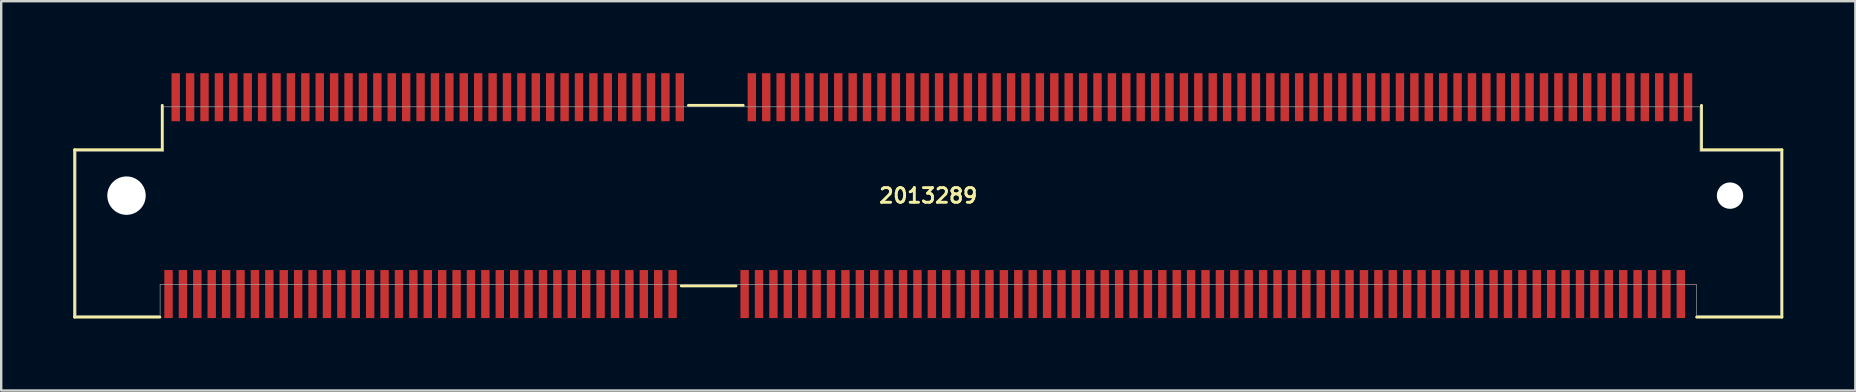
<source format=kicad_pcb>
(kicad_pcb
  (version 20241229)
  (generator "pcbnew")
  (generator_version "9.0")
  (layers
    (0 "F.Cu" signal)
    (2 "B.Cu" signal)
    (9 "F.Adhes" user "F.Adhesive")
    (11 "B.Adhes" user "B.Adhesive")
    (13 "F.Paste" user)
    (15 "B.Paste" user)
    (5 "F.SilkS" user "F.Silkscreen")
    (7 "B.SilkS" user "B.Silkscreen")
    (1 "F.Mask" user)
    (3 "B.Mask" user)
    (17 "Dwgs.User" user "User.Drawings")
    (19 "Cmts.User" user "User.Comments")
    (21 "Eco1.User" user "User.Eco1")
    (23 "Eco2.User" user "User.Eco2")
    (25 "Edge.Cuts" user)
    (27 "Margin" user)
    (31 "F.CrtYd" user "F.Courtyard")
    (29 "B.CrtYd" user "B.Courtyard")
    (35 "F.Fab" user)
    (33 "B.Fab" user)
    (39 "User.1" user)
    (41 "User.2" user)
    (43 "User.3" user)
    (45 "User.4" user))
  (footprint "2013289"
    (layer "F.Cu")
    (at 35.62 5.1)
    (property "Reference" "2013289" (at 0 0 0) (layer "F.SilkS") (effects (font (size 0.61 0.61) (thickness 0.12))))
    (attr through_hole)
    (fp_line (start -35.56 -1.91) (end -35.56 5.06) (stroke (width 0.12) (type solid)) (layer "F.SilkS"))
    (fp_line (start -35.56 5.06) (end -32.01 5.06) (stroke (width 0.12) (type solid)) (layer "F.SilkS"))
    (fp_line (start -31.91 -3.76) (end -31.91 -1.91) (stroke (width 0.12) (type solid)) (layer "F.SilkS"))
    (fp_line (start -31.91 -1.91) (end -35.56 -1.91) (stroke (width 0.12) (type solid)) (layer "F.SilkS"))
    (fp_line (start -10.29 3.76) (end -8.01 3.76) (stroke (width 0.12) (type solid)) (layer "F.SilkS"))
    (fp_line (start -9.99 -3.76) (end -7.71 -3.76) (stroke (width 0.12) (type solid)) (layer "F.SilkS"))
    (fp_line (start 32.01 5.06) (end 35.56 5.06) (stroke (width 0.12) (type solid)) (layer "F.SilkS"))
    (fp_line (start 32.21 -1.91) (end 32.21 -3.76) (stroke (width 0.12) (type solid)) (layer "F.SilkS"))
    (fp_line (start 35.56 -1.91) (end 32.21 -1.91) (stroke (width 0.12) (type solid)) (layer "F.SilkS"))
    (fp_line (start 35.56 5.06) (end 35.56 -1.91) (stroke (width 0.12) (type solid)) (layer "F.SilkS"))
    (fp_line (start -35.5 -1.85) (end -35.5 5) (stroke (width 0.025) (type solid)) (layer "F.Fab"))
    (fp_line (start -35.5 -1.85) (end -31.85 -1.85) (stroke (width 0.025) (type solid)) (layer "F.Fab"))
    (fp_line (start -32 3.7) (end -32 5) (stroke (width 0.025) (type solid)) (layer "F.Fab"))
    (fp_line (start -32 3.7) (end 32 3.7) (stroke (width 0.025) (type solid)) (layer "F.Fab"))
    (fp_line (start -32 5) (end -35.5 5) (stroke (width 0.025) (type solid)) (layer "F.Fab"))
    (fp_line (start -31.85 -3.7) (end 32.15 -3.7) (stroke (width 0.025) (type solid)) (layer "F.Fab"))
    (fp_line (start -31.85 -1.85) (end -31.85 -3.7) (stroke (width 0.025) (type solid)) (layer "F.Fab"))
    (fp_line (start 32 5) (end 32 3.7) (stroke (width 0.025) (type solid)) (layer "F.Fab"))
    (fp_line (start 32.15 -1.85) (end 32.15 -3.7) (stroke (width 0.025) (type solid)) (layer "F.Fab"))
    (fp_line (start 32.15 -1.85) (end 35.5 -1.85) (stroke (width 0.025) (type solid)) (layer "F.Fab"))
    (fp_line (start 35.5 -1.85) (end 35.5 5) (stroke (width 0.025) (type solid)) (layer "F.Fab"))
    (fp_line (start 35.5 5) (end 32 5) (stroke (width 0.025) (type solid)) (layer "F.Fab"))
    (pad "" np_thru_hole circle (at -33.4 0) (size 1.6 1.6) (drill 1.6) (layers "*.Cu" "*.Mask"))
    (pad "" np_thru_hole circle (at 33.4 0) (size 1.1 1.1) (drill 1.1) (layers "*.Cu" "*.Mask"))
    (pad "1" smd rect (at -31.65 4.1) (size 0.35 2) (layers "F.Cu" "F.Mask" "F.Paste"))
    (pad "2" smd rect (at -31.35 -4.1) (size 0.35 2) (layers "F.Cu" "F.Mask" "F.Paste"))
    (pad "3" smd rect (at -31.05 4.1) (size 0.35 2) (layers "F.Cu" "F.Mask" "F.Paste"))
    (pad "4" smd rect (at -30.75 -4.1) (size 0.35 2) (layers "F.Cu" "F.Mask" "F.Paste"))
    (pad "5" smd rect (at -30.45 4.1) (size 0.35 2) (layers "F.Cu" "F.Mask" "F.Paste"))
    (pad "6" smd rect (at -30.15 -4.1) (size 0.35 2) (layers "F.Cu" "F.Mask" "F.Paste"))
    (pad "7" smd rect (at -29.85 4.1) (size 0.35 2) (layers "F.Cu" "F.Mask" "F.Paste"))
    (pad "8" smd rect (at -29.55 -4.1) (size 0.35 2) (layers "F.Cu" "F.Mask" "F.Paste"))
    (pad "9" smd rect (at -29.25 4.1) (size 0.35 2) (layers "F.Cu" "F.Mask" "F.Paste"))
    (pad "10" smd rect (at -28.95 -4.1) (size 0.35 2) (layers "F.Cu" "F.Mask" "F.Paste"))
    (pad "11" smd rect (at -28.65 4.1) (size 0.35 2) (layers "F.Cu" "F.Mask" "F.Paste"))
    (pad "12" smd rect (at -28.35 -4.1) (size 0.35 2) (layers "F.Cu" "F.Mask" "F.Paste"))
    (pad "13" smd rect (at -28.05 4.1) (size 0.35 2) (layers "F.Cu" "F.Mask" "F.Paste"))
    (pad "14" smd rect (at -27.75 -4.1) (size 0.35 2) (layers "F.Cu" "F.Mask" "F.Paste"))
    (pad "15" smd rect (at -27.45 4.1) (size 0.35 2) (layers "F.Cu" "F.Mask" "F.Paste"))
    (pad "16" smd rect (at -27.15 -4.1) (size 0.35 2) (layers "F.Cu" "F.Mask" "F.Paste"))
    (pad "17" smd rect (at -26.85 4.1) (size 0.35 2) (layers "F.Cu" "F.Mask" "F.Paste"))
    (pad "18" smd rect (at -26.55 -4.1) (size 0.35 2) (layers "F.Cu" "F.Mask" "F.Paste"))
    (pad "19" smd rect (at -26.25 4.1) (size 0.35 2) (layers "F.Cu" "F.Mask" "F.Paste"))
    (pad "20" smd rect (at -25.95 -4.1) (size 0.35 2) (layers "F.Cu" "F.Mask" "F.Paste"))
    (pad "21" smd rect (at -25.65 4.1) (size 0.35 2) (layers "F.Cu" "F.Mask" "F.Paste"))
    (pad "22" smd rect (at -25.35 -4.1) (size 0.35 2) (layers "F.Cu" "F.Mask" "F.Paste"))
    (pad "23" smd rect (at -25.05 4.1) (size 0.35 2) (layers "F.Cu" "F.Mask" "F.Paste"))
    (pad "24" smd rect (at -24.75 -4.1) (size 0.35 2) (layers "F.Cu" "F.Mask" "F.Paste"))
    (pad "25" smd rect (at -24.45 4.1) (size 0.35 2) (layers "F.Cu" "F.Mask" "F.Paste"))
    (pad "26" smd rect (at -24.15 -4.1) (size 0.35 2) (layers "F.Cu" "F.Mask" "F.Paste"))
    (pad "27" smd rect (at -23.85 4.1) (size 0.35 2) (layers "F.Cu" "F.Mask" "F.Paste"))
    (pad "28" smd rect (at -23.55 -4.1) (size 0.35 2) (layers "F.Cu" "F.Mask" "F.Paste"))
    (pad "29" smd rect (at -23.25 4.1) (size 0.35 2) (layers "F.Cu" "F.Mask" "F.Paste"))
    (pad "30" smd rect (at -22.95 -4.1) (size 0.35 2) (layers "F.Cu" "F.Mask" "F.Paste"))
    (pad "31" smd rect (at -22.65 4.1) (size 0.35 2) (layers "F.Cu" "F.Mask" "F.Paste"))
    (pad "32" smd rect (at -22.35 -4.1) (size 0.35 2) (layers "F.Cu" "F.Mask" "F.Paste"))
    (pad "33" smd rect (at -22.05 4.1) (size 0.35 2) (layers "F.Cu" "F.Mask" "F.Paste"))
    (pad "34" smd rect (at -21.75 -4.1) (size 0.35 2) (layers "F.Cu" "F.Mask" "F.Paste"))
    (pad "35" smd rect (at -21.45 4.1) (size 0.35 2) (layers "F.Cu" "F.Mask" "F.Paste"))
    (pad "36" smd rect (at -21.15 -4.1) (size 0.35 2) (layers "F.Cu" "F.Mask" "F.Paste"))
    (pad "37" smd rect (at -20.85 4.1) (size 0.35 2) (layers "F.Cu" "F.Mask" "F.Paste"))
    (pad "38" smd rect (at -20.55 -4.1) (size 0.35 2) (layers "F.Cu" "F.Mask" "F.Paste"))
    (pad "39" smd rect (at -20.25 4.1) (size 0.35 2) (layers "F.Cu" "F.Mask" "F.Paste"))
    (pad "40" smd rect (at -19.95 -4.1) (size 0.35 2) (layers "F.Cu" "F.Mask" "F.Paste"))
    (pad "41" smd rect (at -19.65 4.1) (size 0.35 2) (layers "F.Cu" "F.Mask" "F.Paste"))
    (pad "42" smd rect (at -19.35 -4.1) (size 0.35 2) (layers "F.Cu" "F.Mask" "F.Paste"))
    (pad "43" smd rect (at -19.05 4.1) (size 0.35 2) (layers "F.Cu" "F.Mask" "F.Paste"))
    (pad "44" smd rect (at -18.75 -4.1) (size 0.35 2) (layers "F.Cu" "F.Mask" "F.Paste"))
    (pad "45" smd rect (at -18.45 4.1) (size 0.35 2) (layers "F.Cu" "F.Mask" "F.Paste"))
    (pad "46" smd rect (at -18.15 -4.1) (size 0.35 2) (layers "F.Cu" "F.Mask" "F.Paste"))
    (pad "47" smd rect (at -17.85 4.1) (size 0.35 2) (layers "F.Cu" "F.Mask" "F.Paste"))
    (pad "48" smd rect (at -17.55 -4.1) (size 0.35 2) (layers "F.Cu" "F.Mask" "F.Paste"))
    (pad "49" smd rect (at -17.25 4.1) (size 0.35 2) (layers "F.Cu" "F.Mask" "F.Paste"))
    (pad "50" smd rect (at -16.95 -4.1) (size 0.35 2) (layers "F.Cu" "F.Mask" "F.Paste"))
    (pad "51" smd rect (at -16.65 4.1) (size 0.35 2) (layers "F.Cu" "F.Mask" "F.Paste"))
    (pad "52" smd rect (at -16.35 -4.1) (size 0.35 2) (layers "F.Cu" "F.Mask" "F.Paste"))
    (pad "53" smd rect (at -16.05 4.1) (size 0.35 2) (layers "F.Cu" "F.Mask" "F.Paste"))
    (pad "54" smd rect (at -15.75 -4.1) (size 0.35 2) (layers "F.Cu" "F.Mask" "F.Paste"))
    (pad "55" smd rect (at -15.45 4.1) (size 0.35 2) (layers "F.Cu" "F.Mask" "F.Paste"))
    (pad "56" smd rect (at -15.15 -4.1) (size 0.35 2) (layers "F.Cu" "F.Mask" "F.Paste"))
    (pad "57" smd rect (at -14.85 4.1) (size 0.35 2) (layers "F.Cu" "F.Mask" "F.Paste"))
    (pad "58" smd rect (at -14.55 -4.1) (size 0.35 2) (layers "F.Cu" "F.Mask" "F.Paste"))
    (pad "59" smd rect (at -14.25 4.1) (size 0.35 2) (layers "F.Cu" "F.Mask" "F.Paste"))
    (pad "60" smd rect (at -13.95 -4.1) (size 0.35 2) (layers "F.Cu" "F.Mask" "F.Paste"))
    (pad "61" smd rect (at -13.65 4.1) (size 0.35 2) (layers "F.Cu" "F.Mask" "F.Paste"))
    (pad "62" smd rect (at -13.35 -4.1) (size 0.35 2) (layers "F.Cu" "F.Mask" "F.Paste"))
    (pad "63" smd rect (at -13.05 4.1) (size 0.35 2) (layers "F.Cu" "F.Mask" "F.Paste"))
    (pad "64" smd rect (at -12.75 -4.1) (size 0.35 2) (layers "F.Cu" "F.Mask" "F.Paste"))
    (pad "65" smd rect (at -12.45 4.1) (size 0.35 2) (layers "F.Cu" "F.Mask" "F.Paste"))
    (pad "66" smd rect (at -12.15 -4.1) (size 0.35 2) (layers "F.Cu" "F.Mask" "F.Paste"))
    (pad "67" smd rect (at -11.85 4.1) (size 0.35 2) (layers "F.Cu" "F.Mask" "F.Paste"))
    (pad "68" smd rect (at -11.55 -4.1) (size 0.35 2) (layers "F.Cu" "F.Mask" "F.Paste"))
    (pad "69" smd rect (at -11.25 4.1) (size 0.35 2) (layers "F.Cu" "F.Mask" "F.Paste"))
    (pad "70" smd rect (at -10.95 -4.1) (size 0.35 2) (layers "F.Cu" "F.Mask" "F.Paste"))
    (pad "71" smd rect (at -10.65 4.1) (size 0.35 2) (layers "F.Cu" "F.Mask" "F.Paste"))
    (pad "72" smd rect (at -10.35 -4.1) (size 0.35 2) (layers "F.Cu" "F.Mask" "F.Paste"))
    (pad "73" smd rect (at -7.65 4.1) (size 0.35 2) (layers "F.Cu" "F.Mask" "F.Paste"))
    (pad "74" smd rect (at -7.35 -4.1) (size 0.35 2) (layers "F.Cu" "F.Mask" "F.Paste"))
    (pad "75" smd rect (at -7.05 4.1) (size 0.35 2) (layers "F.Cu" "F.Mask" "F.Paste"))
    (pad "76" smd rect (at -6.75 -4.1) (size 0.35 2) (layers "F.Cu" "F.Mask" "F.Paste"))
    (pad "77" smd rect (at -6.45 4.1) (size 0.35 2) (layers "F.Cu" "F.Mask" "F.Paste"))
    (pad "78" smd rect (at -6.15 -4.1) (size 0.35 2) (layers "F.Cu" "F.Mask" "F.Paste"))
    (pad "79" smd rect (at -5.85 4.1) (size 0.35 2) (layers "F.Cu" "F.Mask" "F.Paste"))
    (pad "80" smd rect (at -5.55 -4.1) (size 0.35 2) (layers "F.Cu" "F.Mask" "F.Paste"))
    (pad "81" smd rect (at -5.25 4.1) (size 0.35 2) (layers "F.Cu" "F.Mask" "F.Paste"))
    (pad "82" smd rect (at -4.95 -4.1) (size 0.35 2) (layers "F.Cu" "F.Mask" "F.Paste"))
    (pad "83" smd rect (at -4.65 4.1) (size 0.35 2) (layers "F.Cu" "F.Mask" "F.Paste"))
    (pad "84" smd rect (at -4.35 -4.1) (size 0.35 2) (layers "F.Cu" "F.Mask" "F.Paste"))
    (pad "85" smd rect (at -4.05 4.1) (size 0.35 2) (layers "F.Cu" "F.Mask" "F.Paste"))
    (pad "86" smd rect (at -3.75 -4.1) (size 0.35 2) (layers "F.Cu" "F.Mask" "F.Paste"))
    (pad "87" smd rect (at -3.45 4.1) (size 0.35 2) (layers "F.Cu" "F.Mask" "F.Paste"))
    (pad "88" smd rect (at -3.15 -4.1) (size 0.35 2) (layers "F.Cu" "F.Mask" "F.Paste"))
    (pad "89" smd rect (at -2.85 4.1) (size 0.35 2) (layers "F.Cu" "F.Mask" "F.Paste"))
    (pad "90" smd rect (at -2.55 -4.1) (size 0.35 2) (layers "F.Cu" "F.Mask" "F.Paste"))
    (pad "91" smd rect (at -2.25 4.1) (size 0.35 2) (layers "F.Cu" "F.Mask" "F.Paste"))
    (pad "92" smd rect (at -1.95 -4.1) (size 0.35 2) (layers "F.Cu" "F.Mask" "F.Paste"))
    (pad "93" smd rect (at -1.65 4.1) (size 0.35 2) (layers "F.Cu" "F.Mask" "F.Paste"))
    (pad "94" smd rect (at -1.35 -4.1) (size 0.35 2) (layers "F.Cu" "F.Mask" "F.Paste"))
    (pad "95" smd rect (at -1.05 4.1) (size 0.35 2) (layers "F.Cu" "F.Mask" "F.Paste"))
    (pad "96" smd rect (at -0.75 -4.1) (size 0.35 2) (layers "F.Cu" "F.Mask" "F.Paste"))
    (pad "97" smd rect (at -0.45 4.1) (size 0.35 2) (layers "F.Cu" "F.Mask" "F.Paste"))
    (pad "98" smd rect (at -0.15 -4.1) (size 0.35 2) (layers "F.Cu" "F.Mask" "F.Paste"))
    (pad "99" smd rect (at 0.15 4.1) (size 0.35 2) (layers "F.Cu" "F.Mask" "F.Paste"))
    (pad "100" smd rect (at 0.45 -4.1) (size 0.35 2) (layers "F.Cu" "F.Mask" "F.Paste"))
    (pad "101" smd rect (at 0.75 4.1) (size 0.35 2) (layers "F.Cu" "F.Mask" "F.Paste"))
    (pad "102" smd rect (at 1.05 -4.1) (size 0.35 2) (layers "F.Cu" "F.Mask" "F.Paste"))
    (pad "103" smd rect (at 1.35 4.1) (size 0.35 2) (layers "F.Cu" "F.Mask" "F.Paste"))
    (pad "104" smd rect (at 1.65 -4.1) (size 0.35 2) (layers "F.Cu" "F.Mask" "F.Paste"))
    (pad "105" smd rect (at 1.95 4.1) (size 0.35 2) (layers "F.Cu" "F.Mask" "F.Paste"))
    (pad "106" smd rect (at 2.25 -4.1) (size 0.35 2) (layers "F.Cu" "F.Mask" "F.Paste"))
    (pad "107" smd rect (at 2.55 4.1) (size 0.35 2) (layers "F.Cu" "F.Mask" "F.Paste"))
    (pad "108" smd rect (at 2.85 -4.1) (size 0.35 2) (layers "F.Cu" "F.Mask" "F.Paste"))
    (pad "109" smd rect (at 3.15 4.1) (size 0.35 2) (layers "F.Cu" "F.Mask" "F.Paste"))
    (pad "110" smd rect (at 3.45 -4.1) (size 0.35 2) (layers "F.Cu" "F.Mask" "F.Paste"))
    (pad "111" smd rect (at 3.75 4.1) (size 0.35 2) (layers "F.Cu" "F.Mask" "F.Paste"))
    (pad "112" smd rect (at 4.05 -4.1) (size 0.35 2) (layers "F.Cu" "F.Mask" "F.Paste"))
    (pad "113" smd rect (at 4.35 4.1) (size 0.35 2) (layers "F.Cu" "F.Mask" "F.Paste"))
    (pad "114" smd rect (at 4.65 -4.1) (size 0.35 2) (layers "F.Cu" "F.Mask" "F.Paste"))
    (pad "115" smd rect (at 4.95 4.1) (size 0.35 2) (layers "F.Cu" "F.Mask" "F.Paste"))
    (pad "116" smd rect (at 5.25 -4.1) (size 0.35 2) (layers "F.Cu" "F.Mask" "F.Paste"))
    (pad "117" smd rect (at 5.55 4.1) (size 0.35 2) (layers "F.Cu" "F.Mask" "F.Paste"))
    (pad "118" smd rect (at 5.85 -4.1) (size 0.35 2) (layers "F.Cu" "F.Mask" "F.Paste"))
    (pad "119" smd rect (at 6.15 4.1) (size 0.35 2) (layers "F.Cu" "F.Mask" "F.Paste"))
    (pad "120" smd rect (at 6.45 -4.1) (size 0.35 2) (layers "F.Cu" "F.Mask" "F.Paste"))
    (pad "121" smd rect (at 6.75 4.1) (size 0.35 2) (layers "F.Cu" "F.Mask" "F.Paste"))
    (pad "122" smd rect (at 7.05 -4.1) (size 0.35 2) (layers "F.Cu" "F.Mask" "F.Paste"))
    (pad "123" smd rect (at 7.35 4.1) (size 0.35 2) (layers "F.Cu" "F.Mask" "F.Paste"))
    (pad "124" smd rect (at 7.65 -4.1) (size 0.35 2) (layers "F.Cu" "F.Mask" "F.Paste"))
    (pad "125" smd rect (at 7.95 4.1) (size 0.35 2) (layers "F.Cu" "F.Mask" "F.Paste"))
    (pad "126" smd rect (at 8.25 -4.1) (size 0.35 2) (layers "F.Cu" "F.Mask" "F.Paste"))
    (pad "127" smd rect (at 8.55 4.1) (size 0.35 2) (layers "F.Cu" "F.Mask" "F.Paste"))
    (pad "128" smd rect (at 8.85 -4.1) (size 0.35 2) (layers "F.Cu" "F.Mask" "F.Paste"))
    (pad "129" smd rect (at 9.15 4.1) (size 0.35 2) (layers "F.Cu" "F.Mask" "F.Paste"))
    (pad "130" smd rect (at 9.45 -4.1) (size 0.35 2) (layers "F.Cu" "F.Mask" "F.Paste"))
    (pad "131" smd rect (at 9.75 4.1) (size 0.35 2) (layers "F.Cu" "F.Mask" "F.Paste"))
    (pad "132" smd rect (at 10.05 -4.1) (size 0.35 2) (layers "F.Cu" "F.Mask" "F.Paste"))
    (pad "133" smd rect (at 10.35 4.1) (size 0.35 2) (layers "F.Cu" "F.Mask" "F.Paste"))
    (pad "134" smd rect (at 10.65 -4.1) (size 0.35 2) (layers "F.Cu" "F.Mask" "F.Paste"))
    (pad "135" smd rect (at 10.95 4.1) (size 0.35 2) (layers "F.Cu" "F.Mask" "F.Paste"))
    (pad "136" smd rect (at 11.25 -4.1) (size 0.35 2) (layers "F.Cu" "F.Mask" "F.Paste"))
    (pad "137" smd rect (at 11.55 4.1) (size 0.35 2) (layers "F.Cu" "F.Mask" "F.Paste"))
    (pad "138" smd rect (at 11.85 -4.1) (size 0.35 2) (layers "F.Cu" "F.Mask" "F.Paste"))
    (pad "139" smd rect (at 12.15 4.1) (size 0.35 2) (layers "F.Cu" "F.Mask" "F.Paste"))
    (pad "140" smd rect (at 12.45 -4.1) (size 0.35 2) (layers "F.Cu" "F.Mask" "F.Paste"))
    (pad "141" smd rect (at 12.75 4.1) (size 0.35 2) (layers "F.Cu" "F.Mask" "F.Paste"))
    (pad "142" smd rect (at 13.05 -4.1) (size 0.35 2) (layers "F.Cu" "F.Mask" "F.Paste"))
    (pad "143" smd rect (at 13.35 4.1) (size 0.35 2) (layers "F.Cu" "F.Mask" "F.Paste"))
    (pad "144" smd rect (at 13.65 -4.1) (size 0.35 2) (layers "F.Cu" "F.Mask" "F.Paste"))
    (pad "145" smd rect (at 13.95 4.1) (size 0.35 2) (layers "F.Cu" "F.Mask" "F.Paste"))
    (pad "146" smd rect (at 14.25 -4.1) (size 0.35 2) (layers "F.Cu" "F.Mask" "F.Paste"))
    (pad "147" smd rect (at 14.55 4.1) (size 0.35 2) (layers "F.Cu" "F.Mask" "F.Paste"))
    (pad "148" smd rect (at 14.85 -4.1) (size 0.35 2) (layers "F.Cu" "F.Mask" "F.Paste"))
    (pad "149" smd rect (at 15.15 4.1) (size 0.35 2) (layers "F.Cu" "F.Mask" "F.Paste"))
    (pad "150" smd rect (at 15.45 -4.1) (size 0.35 2) (layers "F.Cu" "F.Mask" "F.Paste"))
    (pad "151" smd rect (at 15.75 4.1) (size 0.35 2) (layers "F.Cu" "F.Mask" "F.Paste"))
    (pad "152" smd rect (at 16.05 -4.1) (size 0.35 2) (layers "F.Cu" "F.Mask" "F.Paste"))
    (pad "153" smd rect (at 16.35 4.1) (size 0.35 2) (layers "F.Cu" "F.Mask" "F.Paste"))
    (pad "154" smd rect (at 16.65 -4.1) (size 0.35 2) (layers "F.Cu" "F.Mask" "F.Paste"))
    (pad "155" smd rect (at 16.95 4.1) (size 0.35 2) (layers "F.Cu" "F.Mask" "F.Paste"))
    (pad "156" smd rect (at 17.25 -4.1) (size 0.35 2) (layers "F.Cu" "F.Mask" "F.Paste"))
    (pad "157" smd rect (at 17.55 4.1) (size 0.35 2) (layers "F.Cu" "F.Mask" "F.Paste"))
    (pad "158" smd rect (at 17.85 -4.1) (size 0.35 2) (layers "F.Cu" "F.Mask" "F.Paste"))
    (pad "159" smd rect (at 18.15 4.1) (size 0.35 2) (layers "F.Cu" "F.Mask" "F.Paste"))
    (pad "160" smd rect (at 18.45 -4.1) (size 0.35 2) (layers "F.Cu" "F.Mask" "F.Paste"))
    (pad "161" smd rect (at 18.75 4.1) (size 0.35 2) (layers "F.Cu" "F.Mask" "F.Paste"))
    (pad "162" smd rect (at 19.05 -4.1) (size 0.35 2) (layers "F.Cu" "F.Mask" "F.Paste"))
    (pad "163" smd rect (at 19.35 4.1) (size 0.35 2) (layers "F.Cu" "F.Mask" "F.Paste"))
    (pad "164" smd rect (at 19.65 -4.1) (size 0.35 2) (layers "F.Cu" "F.Mask" "F.Paste"))
    (pad "165" smd rect (at 19.95 4.1) (size 0.35 2) (layers "F.Cu" "F.Mask" "F.Paste"))
    (pad "166" smd rect (at 20.25 -4.1) (size 0.35 2) (layers "F.Cu" "F.Mask" "F.Paste"))
    (pad "167" smd rect (at 20.55 4.1) (size 0.35 2) (layers "F.Cu" "F.Mask" "F.Paste"))
    (pad "168" smd rect (at 20.85 -4.1) (size 0.35 2) (layers "F.Cu" "F.Mask" "F.Paste"))
    (pad "169" smd rect (at 21.15 4.1) (size 0.35 2) (layers "F.Cu" "F.Mask" "F.Paste"))
    (pad "170" smd rect (at 21.45 -4.1) (size 0.35 2) (layers "F.Cu" "F.Mask" "F.Paste"))
    (pad "171" smd rect (at 21.75 4.1) (size 0.35 2) (layers "F.Cu" "F.Mask" "F.Paste"))
    (pad "172" smd rect (at 22.05 -4.1) (size 0.35 2) (layers "F.Cu" "F.Mask" "F.Paste"))
    (pad "173" smd rect (at 22.35 4.1) (size 0.35 2) (layers "F.Cu" "F.Mask" "F.Paste"))
    (pad "174" smd rect (at 22.65 -4.1) (size 0.35 2) (layers "F.Cu" "F.Mask" "F.Paste"))
    (pad "175" smd rect (at 22.95 4.1) (size 0.35 2) (layers "F.Cu" "F.Mask" "F.Paste"))
    (pad "176" smd rect (at 23.25 -4.1) (size 0.35 2) (layers "F.Cu" "F.Mask" "F.Paste"))
    (pad "177" smd rect (at 23.55 4.1) (size 0.35 2) (layers "F.Cu" "F.Mask" "F.Paste"))
    (pad "178" smd rect (at 23.85 -4.1) (size 0.35 2) (layers "F.Cu" "F.Mask" "F.Paste"))
    (pad "179" smd rect (at 24.15 4.1) (size 0.35 2) (layers "F.Cu" "F.Mask" "F.Paste"))
    (pad "180" smd rect (at 24.45 -4.1) (size 0.35 2) (layers "F.Cu" "F.Mask" "F.Paste"))
    (pad "181" smd rect (at 24.75 4.1) (size 0.35 2) (layers "F.Cu" "F.Mask" "F.Paste"))
    (pad "182" smd rect (at 25.05 -4.1) (size 0.35 2) (layers "F.Cu" "F.Mask" "F.Paste"))
    (pad "183" smd rect (at 25.35 4.1) (size 0.35 2) (layers "F.Cu" "F.Mask" "F.Paste"))
    (pad "184" smd rect (at 25.65 -4.1) (size 0.35 2) (layers "F.Cu" "F.Mask" "F.Paste"))
    (pad "185" smd rect (at 25.95 4.1) (size 0.35 2) (layers "F.Cu" "F.Mask" "F.Paste"))
    (pad "186" smd rect (at 26.25 -4.1) (size 0.35 2) (layers "F.Cu" "F.Mask" "F.Paste"))
    (pad "187" smd rect (at 26.55 4.1) (size 0.35 2) (layers "F.Cu" "F.Mask" "F.Paste"))
    (pad "188" smd rect (at 26.85 -4.1) (size 0.35 2) (layers "F.Cu" "F.Mask" "F.Paste"))
    (pad "189" smd rect (at 27.15 4.1) (size 0.35 2) (layers "F.Cu" "F.Mask" "F.Paste"))
    (pad "190" smd rect (at 27.45 -4.1) (size 0.35 2) (layers "F.Cu" "F.Mask" "F.Paste"))
    (pad "191" smd rect (at 27.75 4.1) (size 0.35 2) (layers "F.Cu" "F.Mask" "F.Paste"))
    (pad "192" smd rect (at 28.05 -4.1) (size 0.35 2) (layers "F.Cu" "F.Mask" "F.Paste"))
    (pad "193" smd rect (at 28.35 4.1) (size 0.35 2) (layers "F.Cu" "F.Mask" "F.Paste"))
    (pad "194" smd rect (at 28.65 -4.1) (size 0.35 2) (layers "F.Cu" "F.Mask" "F.Paste"))
    (pad "195" smd rect (at 28.95 4.1) (size 0.35 2) (layers "F.Cu" "F.Mask" "F.Paste"))
    (pad "196" smd rect (at 29.25 -4.1) (size 0.35 2) (layers "F.Cu" "F.Mask" "F.Paste"))
    (pad "197" smd rect (at 29.55 4.1) (size 0.35 2) (layers "F.Cu" "F.Mask" "F.Paste"))
    (pad "198" smd rect (at 29.85 -4.1) (size 0.35 2) (layers "F.Cu" "F.Mask" "F.Paste"))
    (pad "199" smd rect (at 30.15 4.1) (size 0.35 2) (layers "F.Cu" "F.Mask" "F.Paste"))
    (pad "200" smd rect (at 30.45 -4.1) (size 0.35 2) (layers "F.Cu" "F.Mask" "F.Paste"))
    (pad "201" smd rect (at 30.75 4.1) (size 0.35 2) (layers "F.Cu" "F.Mask" "F.Paste"))
    (pad "202" smd rect (at 31.05 -4.1) (size 0.35 2) (layers "F.Cu" "F.Mask" "F.Paste"))
    (pad "203" smd rect (at 31.35 4.1) (size 0.35 2) (layers "F.Cu" "F.Mask" "F.Paste"))
    (pad "204" smd rect (at 31.65 -4.1) (size 0.35 2) (layers "F.Cu" "F.Mask" "F.Paste")))
  (gr_rect
    (start -3 -3)
    (end 74.24 13.22)
    (stroke (width 0.1) (type default))
    (fill no)
    (layer "Edge.Cuts")))
</source>
